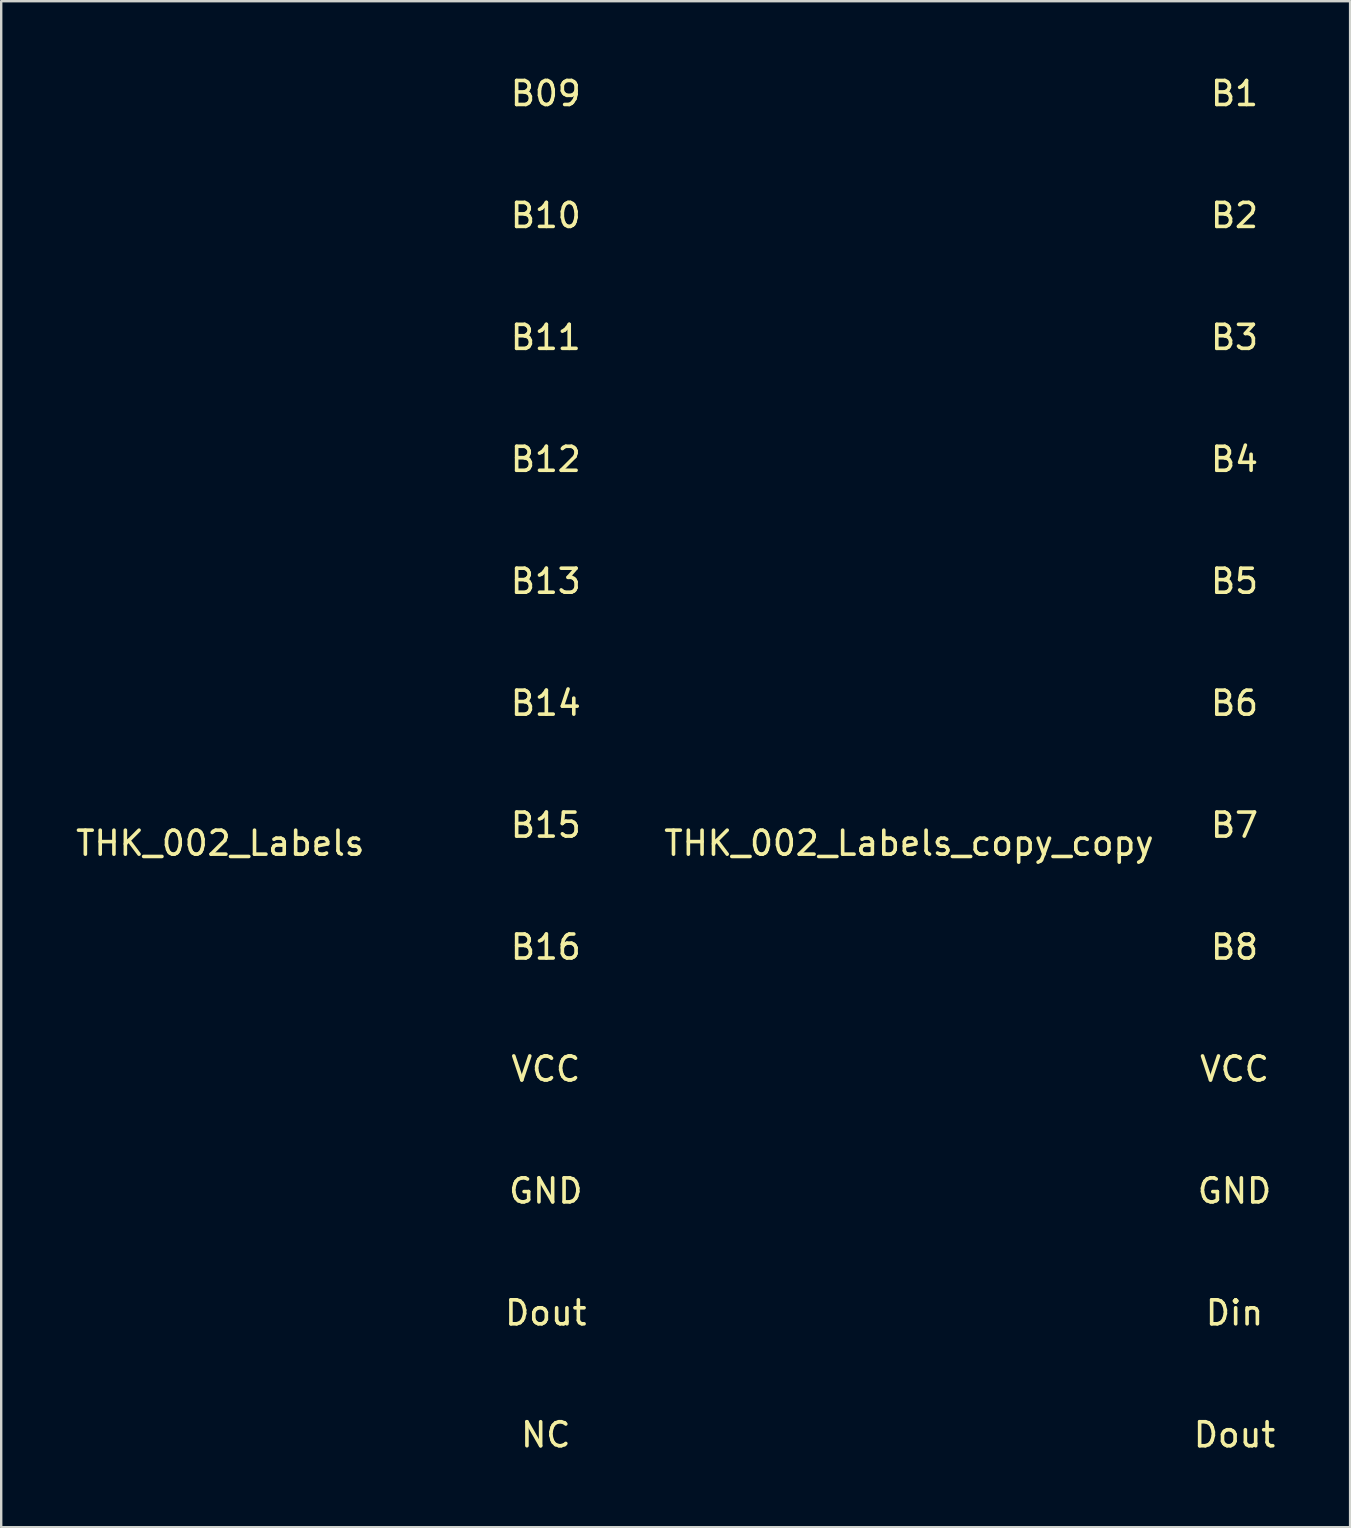
<source format=kicad_pcb>
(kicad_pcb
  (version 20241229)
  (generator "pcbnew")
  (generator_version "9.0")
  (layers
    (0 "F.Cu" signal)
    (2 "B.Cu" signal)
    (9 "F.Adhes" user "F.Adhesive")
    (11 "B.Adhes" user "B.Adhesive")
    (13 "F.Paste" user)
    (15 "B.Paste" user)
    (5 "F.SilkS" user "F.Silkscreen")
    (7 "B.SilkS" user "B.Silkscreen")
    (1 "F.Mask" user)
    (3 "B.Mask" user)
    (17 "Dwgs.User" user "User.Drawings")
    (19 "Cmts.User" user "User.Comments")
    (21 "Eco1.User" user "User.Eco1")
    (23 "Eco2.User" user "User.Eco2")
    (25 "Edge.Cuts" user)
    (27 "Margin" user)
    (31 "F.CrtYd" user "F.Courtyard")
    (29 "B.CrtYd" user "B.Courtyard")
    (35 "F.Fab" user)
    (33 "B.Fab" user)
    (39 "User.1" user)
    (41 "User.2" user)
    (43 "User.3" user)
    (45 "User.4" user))
  (footprint "THK_002_Labels"
    (layer "F.Cu")
    (at 19.689 31.328)
    (property "Reference" "THK_002_Labels" (at -13.564 0.754 0) (layer "F.SilkS") (effects (font (size 1 1) (thickness 0.15))))
    (attr through_hole)
    (fp_text user "B15" (at 0 0 0) (layer "F.SilkS") (effects (font (size 1 1) (thickness 0.15))))
    (fp_text user "B13" (at 0 -10.16 0) (layer "F.SilkS") (effects (font (size 1 1) (thickness 0.15))))
    (fp_text user "B16" (at 0 5.08 0) (layer "F.SilkS") (effects (font (size 1 1) (thickness 0.15))))
    (fp_text user "Dout" (at 0 20.32 0) (layer "F.SilkS") (effects (font (size 1 1) (thickness 0.15))))
    (fp_text user "B14" (at 0 -5.08 0) (layer "F.SilkS") (effects (font (size 1 1) (thickness 0.15))))
    (fp_text user "B12" (at 0 -15.24 0) (layer "F.SilkS") (effects (font (size 1 1) (thickness 0.15))))
    (fp_text user "GND" (at 0 15.24 0) (layer "F.SilkS") (effects (font (size 1 1) (thickness 0.15))))
    (fp_text user "NC" (at 0 25.4 0) (layer "F.SilkS") (effects (font (size 1 1) (thickness 0.15))))
    (fp_text user "VCC" (at 0 10.16 0) (layer "F.SilkS") (effects (font (size 1 1) (thickness 0.15))))
    (fp_text user "B09" (at 0 -30.48 0) (layer "F.SilkS") (effects (font (size 1 1) (thickness 0.15))))
    (fp_text user "B10" (at 0 -25.4 0) (layer "F.SilkS") (effects (font (size 1 1) (thickness 0.15))))
    (fp_text user "B11" (at 0 -20.32 0) (layer "F.SilkS") (effects (font (size 1 1) (thickness 0.15)))))
  (footprint "THK_002_Labels_copy_copy"
    (layer "F.Cu")
    (at 48.383 31.328)
    (property "Reference" "THK_002_Labels_copy_copy" (at -13.564 0.754 0) (layer "F.SilkS") (effects (font (size 1 1) (thickness 0.15))))
    (attr through_hole)
    (fp_text user "B1" (at 0 -30.48 0) (layer "F.SilkS") (effects (font (size 1 1) (thickness 0.15))))
    (fp_text user "GND" (at 0 15.24 0) (layer "F.SilkS") (effects (font (size 1 1) (thickness 0.15))))
    (fp_text user "B7" (at 0 0 0) (layer "F.SilkS") (effects (font (size 1 1) (thickness 0.15))))
    (fp_text user "B2" (at 0 -25.4 0) (layer "F.SilkS") (effects (font (size 1 1) (thickness 0.15))))
    (fp_text user "B3" (at 0 -20.32 0) (layer "F.SilkS") (effects (font (size 1 1) (thickness 0.15))))
    (fp_text user "Din" (at 0 20.32 0) (layer "F.SilkS") (effects (font (size 1 1) (thickness 0.15))))
    (fp_text user "B4" (at 0 -15.24 0) (layer "F.SilkS") (effects (font (size 1 1) (thickness 0.15))))
    (fp_text user "Dout" (at 0 25.4 0) (layer "F.SilkS") (effects (font (size 1 1) (thickness 0.15))))
    (fp_text user "VCC" (at 0 10.16 0) (layer "F.SilkS") (effects (font (size 1 1) (thickness 0.15))))
    (fp_text user "B8" (at 0 5.08 0) (layer "F.SilkS") (effects (font (size 1 1) (thickness 0.15))))
    (fp_text user "B5" (at 0 -10.16 0) (layer "F.SilkS") (effects (font (size 1 1) (thickness 0.15))))
    (fp_text user "B6" (at 0 -5.08 0) (layer "F.SilkS") (effects (font (size 1 1) (thickness 0.15)))))
  (gr_rect
    (start -3 -3)
    (end 53.199 60.577)
    (stroke (width 0.1) (type default))
    (fill no)
    (layer "Edge.Cuts")))
</source>
